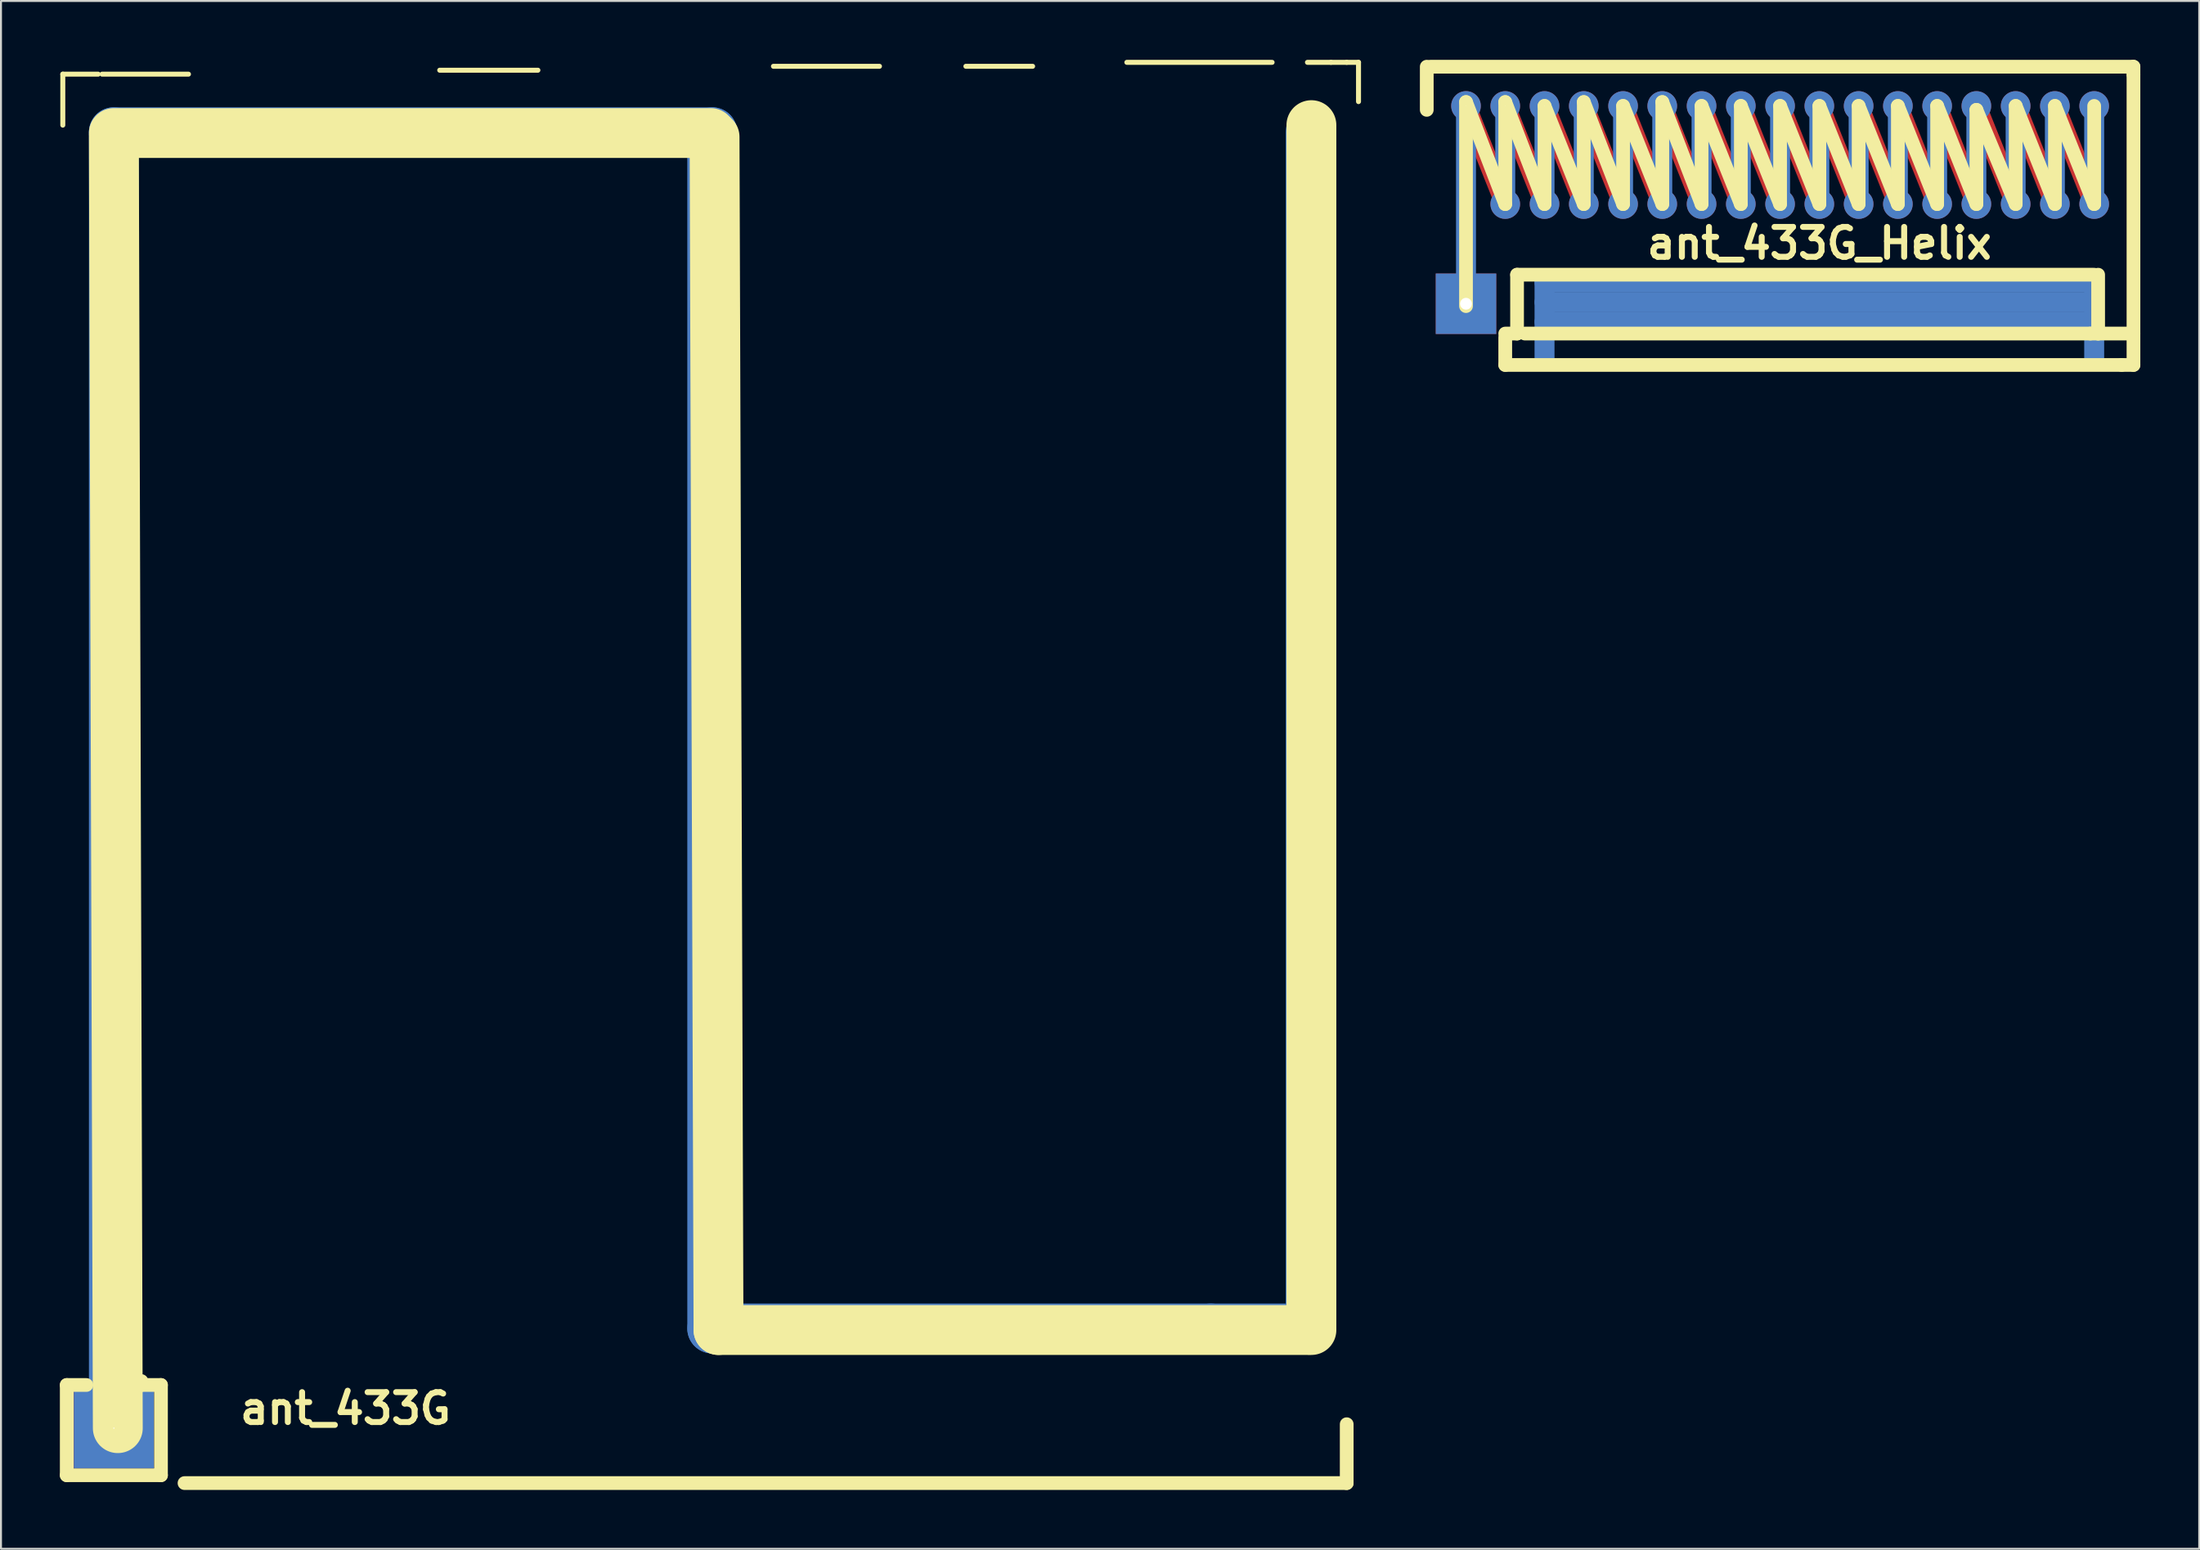
<source format=kicad_pcb>
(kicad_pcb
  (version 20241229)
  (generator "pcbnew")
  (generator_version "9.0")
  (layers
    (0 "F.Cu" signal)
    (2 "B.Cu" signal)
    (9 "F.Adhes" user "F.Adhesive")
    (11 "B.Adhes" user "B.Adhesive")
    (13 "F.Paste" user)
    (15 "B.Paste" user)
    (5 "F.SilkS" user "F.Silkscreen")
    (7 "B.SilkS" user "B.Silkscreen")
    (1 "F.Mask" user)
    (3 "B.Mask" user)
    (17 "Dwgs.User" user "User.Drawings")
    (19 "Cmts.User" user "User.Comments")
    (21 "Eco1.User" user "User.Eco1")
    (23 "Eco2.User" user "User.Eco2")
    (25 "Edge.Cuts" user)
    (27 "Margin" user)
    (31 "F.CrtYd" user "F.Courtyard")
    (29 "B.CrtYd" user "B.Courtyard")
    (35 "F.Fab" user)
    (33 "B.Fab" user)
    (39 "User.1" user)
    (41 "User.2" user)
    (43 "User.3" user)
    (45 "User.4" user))
  (footprint "ant_433G"
    (layer "F.Cu")
    (at 2.75 69.728)
    (property "Reference" "ant_433G" (at 11.801 -1.001 0) (layer "F.SilkS") (effects (font (size 1.524 1.524) (thickness 0.305))))
    (attr through_hole)
    (fp_line (start -0.003 -0.249) (end 0.998 -0.249) (stroke (width 0.381) (type solid)) (layer "B.Cu"))
    (fp_line (start 0 -66.04) (end 30.48 -66.04) (stroke (width 2.54) (type solid)) (layer "B.Cu"))
    (fp_line (start 0 0) (end 0 -66.04) (stroke (width 2.54) (type solid)) (layer "B.Cu"))
    (fp_line (start 0.498 -0.498) (end 0.747 -0.498) (stroke (width 0.381) (type solid)) (layer "B.Cu"))
    (fp_line (start 1.001 0.003) (end 0 0.003) (stroke (width 0.381) (type solid)) (layer "B.Cu"))
    (fp_line (start 30.48 -66.04) (end 30.48 -5.08) (stroke (width 2.54) (type solid)) (layer "B.Cu"))
    (fp_line (start 30.48 -5.08) (end 55.88 -5.08) (stroke (width 2.54) (type solid)) (layer "B.Cu"))
    (fp_line (start 55.88 -5.08) (end 60.96 -5.08) (stroke (width 2.54) (type solid)) (layer "B.Cu"))
    (fp_line (start 60.96 -5.08) (end 60.96 -66.04) (stroke (width 2.54) (type solid)) (layer "B.Cu"))
    (fp_line (start -2.601 -68.999) (end -2.601 -66.401) (stroke (width 0.254) (type solid)) (layer "F.SilkS"))
    (fp_line (start -2.4 -2.2) (end -1.4 -2.2) (stroke (width 0.699) (type solid)) (layer "F.SilkS"))
    (fp_line (start -2.4 2.4) (end -2.4 -2.2) (stroke (width 0.699) (type solid)) (layer "F.SilkS"))
    (fp_line (start -0.8 -68.999) (end -2.601 -68.999) (stroke (width 0.254) (type solid)) (layer "F.SilkS"))
    (fp_line (start -0.599 -68.999) (end 3.8 -68.999) (stroke (width 0.254) (type solid)) (layer "F.SilkS"))
    (fp_line (start 0 -65.999) (end 30.401 -65.999) (stroke (width 2.54) (type solid)) (layer "F.SilkS"))
    (fp_line (start 0 0.201) (end 0.201 0) (stroke (width 0.508) (type solid)) (layer "F.SilkS"))
    (fp_line (start 0.201 0) (end 0 -65.801) (stroke (width 2.54) (type solid)) (layer "F.SilkS"))
    (fp_line (start 1.4 -2.4) (end 1.4 -2.2) (stroke (width 0.699) (type solid)) (layer "F.SilkS"))
    (fp_line (start 1.4 -2.2) (end 2.4 -2.2) (stroke (width 0.699) (type solid)) (layer "F.SilkS"))
    (fp_line (start 2.4 -2.2) (end 2.4 2.4) (stroke (width 0.699) (type solid)) (layer "F.SilkS"))
    (fp_line (start 2.4 2.4) (end -2.4 2.4) (stroke (width 0.699) (type solid)) (layer "F.SilkS"))
    (fp_line (start 3.599 2.799) (end 62.799 2.799) (stroke (width 0.699) (type solid)) (layer "F.SilkS"))
    (fp_line (start 16.599 -69.2) (end 21.6 -69.2) (stroke (width 0.254) (type solid)) (layer "F.SilkS"))
    (fp_line (start 30.599 -65.801) (end 30.8 -5.001) (stroke (width 2.54) (type solid)) (layer "F.SilkS"))
    (fp_line (start 30.8 -5.001) (end 60.8 -5.001) (stroke (width 2.54) (type solid)) (layer "F.SilkS"))
    (fp_line (start 33.599 -69.4) (end 38.999 -69.4) (stroke (width 0.254) (type solid)) (layer "F.SilkS"))
    (fp_line (start 43.401 -69.4) (end 46.8 -69.4) (stroke (width 0.254) (type solid)) (layer "F.SilkS"))
    (fp_line (start 51.6 -69.601) (end 58.999 -69.601) (stroke (width 0.254) (type solid)) (layer "F.SilkS"))
    (fp_line (start 60.8 -69.601) (end 61.999 -69.601) (stroke (width 0.254) (type solid)) (layer "F.SilkS"))
    (fp_line (start 60.8 -5.001) (end 61.001 -5.001) (stroke (width 0.508) (type solid)) (layer "F.SilkS"))
    (fp_line (start 61.001 -5.001) (end 61.001 -66.401) (stroke (width 2.54) (type solid)) (layer "F.SilkS"))
    (fp_line (start 61.999 -69.601) (end 62.799 -69.601) (stroke (width 0.254) (type solid)) (layer "F.SilkS"))
    (fp_line (start 62.799 -69.601) (end 63.401 -69.601) (stroke (width 0.254) (type solid)) (layer "F.SilkS"))
    (fp_line (start 62.799 2.799) (end 62.799 -0.201) (stroke (width 0.699) (type solid)) (layer "F.SilkS"))
    (fp_line (start 63.401 -69.601) (end 63.401 -67.6) (stroke (width 0.254) (type solid)) (layer "F.SilkS"))
    (pad "1" thru_hole rect (at 0 0) (size 4.079 4.079) (drill 0.061) (layers "*.Cu")))
  (footprint "ant_433G_Helix"
    (layer "F.Cu")
    (at 71.626 7.349)
    (property "Reference" "ant_433G_Helix" (at 18.001 1.999 0) (layer "F.SilkS") (effects (font (size 1.524 1.524) (thickness 0.305))))
    (attr through_hole)
    (fp_line (start 1.999 -5.001) (end 4 0) (stroke (width 1.016) (type solid)) (layer "F.Cu"))
    (fp_line (start 1.999 0) (end 0 -5.001) (stroke (width 1.016) (type solid)) (layer "F.Cu"))
    (fp_line (start 5.999 -5.001) (end 8.001 0) (stroke (width 1.016) (type solid)) (layer "F.Cu"))
    (fp_line (start 5.999 0) (end 4 -5.001) (stroke (width 1.016) (type solid)) (layer "F.Cu"))
    (fp_line (start 9.997 -5.001) (end 11.999 0) (stroke (width 1.016) (type solid)) (layer "F.Cu"))
    (fp_line (start 9.997 0) (end 7.998 -5.001) (stroke (width 1.016) (type solid)) (layer "F.Cu"))
    (fp_line (start 13.998 -5.001) (end 15.999 0) (stroke (width 1.016) (type solid)) (layer "F.Cu"))
    (fp_line (start 13.998 0) (end 11.999 -5.001) (stroke (width 1.016) (type solid)) (layer "F.Cu"))
    (fp_line (start 17.998 -5.001) (end 20 0) (stroke (width 1.016) (type solid)) (layer "F.Cu"))
    (fp_line (start 17.998 0) (end 15.999 -5.001) (stroke (width 1.016) (type solid)) (layer "F.Cu"))
    (fp_line (start 21.999 -5.001) (end 24 0) (stroke (width 1.016) (type solid)) (layer "F.Cu"))
    (fp_line (start 21.999 0) (end 20 -5.001) (stroke (width 1.016) (type solid)) (layer "F.Cu"))
    (fp_line (start 25.997 -5.001) (end 27.998 0) (stroke (width 1.016) (type solid)) (layer "F.Cu"))
    (fp_line (start 25.997 0) (end 23.998 -5.001) (stroke (width 1.016) (type solid)) (layer "F.Cu"))
    (fp_line (start 29.997 -5.001) (end 31.999 0) (stroke (width 1.016) (type solid)) (layer "F.Cu"))
    (fp_line (start 29.997 0) (end 27.998 -5.001) (stroke (width 1.016) (type solid)) (layer "F.Cu"))
    (fp_line (start 0 5.001) (end 0 -5.001) (stroke (width 1.016) (type solid)) (layer "B.Cu"))
    (fp_line (start 1.999 -5.001) (end 1.999 0) (stroke (width 1.016) (type solid)) (layer "B.Cu"))
    (fp_line (start 4 0) (end 4 -5.001) (stroke (width 1.016) (type solid)) (layer "B.Cu"))
    (fp_line (start 4 4) (end 31.999 4) (stroke (width 1.016) (type solid)) (layer "B.Cu"))
    (fp_line (start 4 5.001) (end 31.999 5.001) (stroke (width 1.016) (type solid)) (layer "B.Cu"))
    (fp_line (start 4 5.999) (end 31.999 5.999) (stroke (width 1.016) (type solid)) (layer "B.Cu"))
    (fp_line (start 4 8.001) (end 4 4) (stroke (width 1.016) (type solid)) (layer "B.Cu"))
    (fp_line (start 5.999 -5.001) (end 5.999 0) (stroke (width 1.016) (type solid)) (layer "B.Cu"))
    (fp_line (start 8.001 0) (end 8.001 -5.001) (stroke (width 1.016) (type solid)) (layer "B.Cu"))
    (fp_line (start 9.997 -5.001) (end 9.997 0) (stroke (width 1.016) (type solid)) (layer "B.Cu"))
    (fp_line (start 11.999 0) (end 11.999 -5.001) (stroke (width 1.016) (type solid)) (layer "B.Cu"))
    (fp_line (start 13.998 -5.001) (end 13.998 0) (stroke (width 1.016) (type solid)) (layer "B.Cu"))
    (fp_line (start 15.999 0) (end 15.999 -5.001) (stroke (width 1.016) (type solid)) (layer "B.Cu"))
    (fp_line (start 17.998 -5.001) (end 17.998 0) (stroke (width 1.016) (type solid)) (layer "B.Cu"))
    (fp_line (start 20 0) (end 20 -5.001) (stroke (width 1.016) (type solid)) (layer "B.Cu"))
    (fp_line (start 21.999 -5.001) (end 21.999 0) (stroke (width 1.016) (type solid)) (layer "B.Cu"))
    (fp_line (start 24 0) (end 24 -5.001) (stroke (width 1.016) (type solid)) (layer "B.Cu"))
    (fp_line (start 25.997 -5.001) (end 25.997 0) (stroke (width 1.016) (type solid)) (layer "B.Cu"))
    (fp_line (start 27.998 0) (end 27.998 -5.001) (stroke (width 1.016) (type solid)) (layer "B.Cu"))
    (fp_line (start 29.997 -5.001) (end 29.997 0) (stroke (width 1.016) (type solid)) (layer "B.Cu"))
    (fp_line (start 31.999 0) (end 31.999 -5.001) (stroke (width 1.016) (type solid)) (layer "B.Cu"))
    (fp_line (start 31.999 4) (end 31.999 8.001) (stroke (width 1.016) (type solid)) (layer "B.Cu"))
    (fp_line (start -1.999 -7) (end -1.999 -4.801) (stroke (width 0.699) (type solid)) (layer "F.SilkS"))
    (fp_line (start 0 -5.199) (end 1.999 0) (stroke (width 0.699) (type solid)) (layer "F.SilkS"))
    (fp_line (start 0 5.199) (end 0 -5.199) (stroke (width 0.699) (type solid)) (layer "F.SilkS"))
    (fp_line (start 1.999 -5.199) (end 4 0) (stroke (width 0.699) (type solid)) (layer "F.SilkS"))
    (fp_line (start 1.999 0) (end 1.999 -5.199) (stroke (width 0.699) (type solid)) (layer "F.SilkS"))
    (fp_line (start 1.999 6.8) (end 1.999 8.199) (stroke (width 0.699) (type solid)) (layer "F.SilkS"))
    (fp_line (start 1.999 8.199) (end 33.401 8.199) (stroke (width 0.699) (type solid)) (layer "F.SilkS"))
    (fp_line (start 2.601 3.599) (end 2.601 6.599) (stroke (width 0.699) (type solid)) (layer "F.SilkS"))
    (fp_line (start 2.601 6.599) (end 1.999 6.599) (stroke (width 0.699) (type solid)) (layer "F.SilkS"))
    (fp_line (start 3 6.599) (end 31.801 6.599) (stroke (width 0.699) (type solid)) (layer "F.SilkS"))
    (fp_line (start 4 -5.001) (end 5.999 0) (stroke (width 0.699) (type solid)) (layer "F.SilkS"))
    (fp_line (start 4 0) (end 4 -5.001) (stroke (width 0.699) (type solid)) (layer "F.SilkS"))
    (fp_line (start 5.999 -5.199) (end 8.001 0) (stroke (width 0.699) (type solid)) (layer "F.SilkS"))
    (fp_line (start 5.999 0) (end 5.999 -5.199) (stroke (width 0.699) (type solid)) (layer "F.SilkS"))
    (fp_line (start 8.001 -5.001) (end 10 0) (stroke (width 0.699) (type solid)) (layer "F.SilkS"))
    (fp_line (start 8.001 0) (end 8.001 -5.001) (stroke (width 0.699) (type solid)) (layer "F.SilkS"))
    (fp_line (start 10 -5.199) (end 11.999 0) (stroke (width 0.699) (type solid)) (layer "F.SilkS"))
    (fp_line (start 10 0) (end 10 -5.199) (stroke (width 0.699) (type solid)) (layer "F.SilkS"))
    (fp_line (start 11.999 -5.001) (end 14 0) (stroke (width 0.699) (type solid)) (layer "F.SilkS"))
    (fp_line (start 11.999 0) (end 11.999 -5.001) (stroke (width 0.699) (type solid)) (layer "F.SilkS"))
    (fp_line (start 14 -5.001) (end 15.999 0) (stroke (width 0.699) (type solid)) (layer "F.SilkS"))
    (fp_line (start 14 0) (end 14 -5.001) (stroke (width 0.699) (type solid)) (layer "F.SilkS"))
    (fp_line (start 15.999 -5.001) (end 18.001 0) (stroke (width 0.699) (type solid)) (layer "F.SilkS"))
    (fp_line (start 15.999 0) (end 15.999 -5.001) (stroke (width 0.699) (type solid)) (layer "F.SilkS"))
    (fp_line (start 18.001 -5.001) (end 20 0) (stroke (width 0.699) (type solid)) (layer "F.SilkS"))
    (fp_line (start 18.001 0) (end 18.001 -5.001) (stroke (width 0.699) (type solid)) (layer "F.SilkS"))
    (fp_line (start 20 -5.001) (end 21.999 0) (stroke (width 0.699) (type solid)) (layer "F.SilkS"))
    (fp_line (start 20 0) (end 20 -5.001) (stroke (width 0.699) (type solid)) (layer "F.SilkS"))
    (fp_line (start 21.999 -5.001) (end 24 0) (stroke (width 0.699) (type solid)) (layer "F.SilkS"))
    (fp_line (start 21.999 0) (end 21.999 -5.001) (stroke (width 0.699) (type solid)) (layer "F.SilkS"))
    (fp_line (start 24 -5.001) (end 25.999 0) (stroke (width 0.699) (type solid)) (layer "F.SilkS"))
    (fp_line (start 24 0) (end 24 -5.001) (stroke (width 0.699) (type solid)) (layer "F.SilkS"))
    (fp_line (start 25.999 -4.801) (end 28.001 0) (stroke (width 0.699) (type solid)) (layer "F.SilkS"))
    (fp_line (start 25.999 0) (end 25.999 -4.801) (stroke (width 0.699) (type solid)) (layer "F.SilkS"))
    (fp_line (start 28.001 -5.001) (end 30 0) (stroke (width 0.699) (type solid)) (layer "F.SilkS"))
    (fp_line (start 28.001 0) (end 28.001 -5.001) (stroke (width 0.699) (type solid)) (layer "F.SilkS"))
    (fp_line (start 30 -5.001) (end 31.999 0) (stroke (width 0.699) (type solid)) (layer "F.SilkS"))
    (fp_line (start 30 0) (end 30 -5.001) (stroke (width 0.699) (type solid)) (layer "F.SilkS"))
    (fp_line (start 31.801 6.599) (end 32.2 6.599) (stroke (width 0.699) (type solid)) (layer "F.SilkS"))
    (fp_line (start 31.999 0) (end 31.999 -5.001) (stroke (width 0.699) (type solid)) (layer "F.SilkS"))
    (fp_line (start 31.999 3.599) (end 2.601 3.599) (stroke (width 0.699) (type solid)) (layer "F.SilkS"))
    (fp_line (start 32.2 6.599) (end 32.2 3.599) (stroke (width 0.699) (type solid)) (layer "F.SilkS"))
    (fp_line (start 32.2 6.599) (end 34 6.599) (stroke (width 0.699) (type solid)) (layer "F.SilkS"))
    (fp_line (start 33.401 8.199) (end 34 8.199) (stroke (width 0.699) (type solid)) (layer "F.SilkS"))
    (fp_line (start 34 -7) (end -1.801 -7) (stroke (width 0.699) (type solid)) (layer "F.SilkS"))
    (fp_line (start 34 -6.599) (end 34 -7) (stroke (width 0.699) (type solid)) (layer "F.SilkS"))
    (fp_line (start 34 8.199) (end 34 -6.599) (stroke (width 0.699) (type solid)) (layer "F.SilkS"))
    (pad "" thru_hole circle (at 0 -5.001) (size 1.509 1.509) (drill 0.02) (layers "*.Cu"))
    (pad "" thru_hole circle (at 1.999 -4.999) (size 1.509 1.509) (drill 0.02) (layers "*.Cu"))
    (pad "" thru_hole circle (at 1.999 0) (size 1.509 1.509) (drill 0.02) (layers "*.Cu"))
    (pad "" thru_hole circle (at 4 -4.999) (size 1.509 1.509) (drill 0.02) (layers "*.Cu"))
    (pad "" thru_hole circle (at 4 0) (size 1.509 1.509) (drill 0.02) (layers "*.Cu"))
    (pad "" thru_hole circle (at 5.999 -4.999) (size 1.509 1.509) (drill 0.02) (layers "*.Cu"))
    (pad "" thru_hole circle (at 5.999 0) (size 1.509 1.509) (drill 0.02) (layers "*.Cu"))
    (pad "" thru_hole circle (at 8.001 -4.999) (size 1.509 1.509) (drill 0.02) (layers "*.Cu"))
    (pad "" thru_hole circle (at 8.001 0) (size 1.509 1.509) (drill 0.02) (layers "*.Cu"))
    (pad "" thru_hole circle (at 9.997 -4.999) (size 1.509 1.509) (drill 0.02) (layers "*.Cu"))
    (pad "" thru_hole circle (at 9.997 0) (size 1.509 1.509) (drill 0.02) (layers "*.Cu"))
    (pad "" thru_hole circle (at 11.999 -4.999) (size 1.509 1.509) (drill 0.02) (layers "*.Cu"))
    (pad "" thru_hole circle (at 11.999 0) (size 1.509 1.509) (drill 0.02) (layers "*.Cu"))
    (pad "" thru_hole circle (at 13.998 -4.999) (size 1.509 1.509) (drill 0.02) (layers "*.Cu"))
    (pad "" thru_hole circle (at 13.998 0) (size 1.509 1.509) (drill 0.02) (layers "*.Cu"))
    (pad "" thru_hole circle (at 15.999 -4.999) (size 1.509 1.509) (drill 0.02) (layers "*.Cu"))
    (pad "" thru_hole circle (at 15.999 0) (size 1.509 1.509) (drill 0.02) (layers "*.Cu"))
    (pad "" thru_hole circle (at 17.998 -4.999) (size 1.509 1.509) (drill 0.02) (layers "*.Cu"))
    (pad "" thru_hole circle (at 17.998 0) (size 1.509 1.509) (drill 0.02) (layers "*.Cu"))
    (pad "" thru_hole circle (at 20 -4.999) (size 1.509 1.509) (drill 0.02) (layers "*.Cu"))
    (pad "" thru_hole circle (at 20 0) (size 1.509 1.509) (drill 0.02) (layers "*.Cu"))
    (pad "" thru_hole circle (at 21.999 -4.999) (size 1.509 1.509) (drill 0.02) (layers "*.Cu"))
    (pad "" thru_hole circle (at 21.999 0) (size 1.509 1.509) (drill 0.02) (layers "*.Cu"))
    (pad "" thru_hole circle (at 24 -4.999) (size 1.509 1.509) (drill 0.02) (layers "*.Cu"))
    (pad "" thru_hole circle (at 24 0) (size 1.509 1.509) (drill 0.02) (layers "*.Cu"))
    (pad "" thru_hole circle (at 25.997 -4.999) (size 1.509 1.509) (drill 0.02) (layers "*.Cu"))
    (pad "" thru_hole circle (at 25.997 0) (size 1.509 1.509) (drill 0.02) (layers "*.Cu"))
    (pad "" thru_hole circle (at 27.998 -4.999) (size 1.509 1.509) (drill 0.02) (layers "*.Cu"))
    (pad "" thru_hole circle (at 27.998 0) (size 1.509 1.509) (drill 0.02) (layers "*.Cu"))
    (pad "" thru_hole circle (at 29.997 -4.999) (size 1.509 1.509) (drill 0.02) (layers "*.Cu"))
    (pad "" thru_hole circle (at 29.997 0) (size 1.509 1.509) (drill 0.02) (layers "*.Cu"))
    (pad "" thru_hole circle (at 31.999 -4.999) (size 1.509 1.509) (drill 0.02) (layers "*.Cu"))
    (pad "" thru_hole circle (at 31.999 0) (size 1.509 1.509) (drill 0.02) (layers "*.Cu"))
    (pad "1" thru_hole rect (at 0 5.08) (size 3.081 3.081) (drill 0.599) (layers "*.Cu")))
  (gr_rect
    (start -3 -3)
    (end 108.975 75.876)
    (stroke (width 0.1) (type default))
    (fill no)
    (layer "Edge.Cuts")))
</source>
